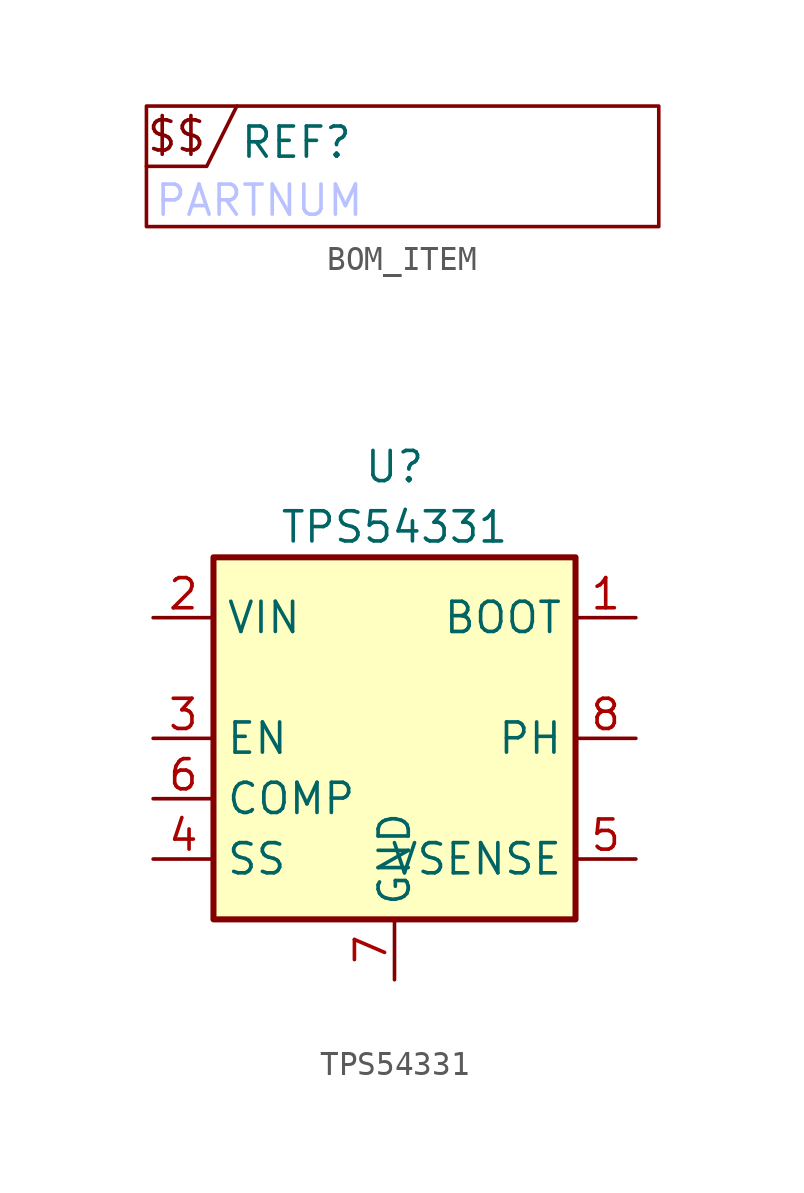
<source format=kicad_sym>
(kicad_symbol_lib
  (version 20220914)
  (generator kicad_symbol_editor)
  (symbol "BOM_ITEM"
    (pin_numbers hide)
    (pin_names
      (offset 0) hide)
    (property "Reference" "REF"
      (at 3.919 3.55 0)
      (do_not_autoplace)
      (effects (font (size 1.27 1.27)) (justify left)))
    (property "Value" "PARTNUM"
      (at 0.302 1.103 0)
      (do_not_autoplace)
      (effects (font (size 1.27 1.27) (color 185 193 255 1)) (justify left)))
    (symbol "BOM_ITEM_0_1"
      (polyline (pts (xy 0 2.54) (xy 2.54 2.54) (xy 3.81 5.08)) (stroke (width 0) (type default)) (fill (type none)))
      (rectangle (start 0 5.08) (end 21.59 0) (stroke (width 0) (type default)) (fill (type none)))
      (text "$$" (at 1.27 3.81 0) (effects (font (size 1.27 1.27))))))
  (symbol "TPS54331"
    (property "Reference" "U"
      (at 0 11.43 0)
      (effects (font (size 1.27 1.27))))
    (property "Value" "TPS54331"
      (at 0 8.89 0)
      (effects (font (size 1.27 1.27))))
    (symbol "TPS54331_1_1"
      (rectangle (start -7.62 7.62) (end 7.62 -7.62) (stroke (width 0.254) (type default)) (fill (type background)))
      (pin input line (at 10.16 5.08 180) (length 2.54) (name "BOOT" (effects (font (size 1.27 1.27)))) (number "1" (effects (font (size 1.27 1.27)))))
      (pin power_in line (at -10.16 5.08 0) (length 2.54) (name "VIN" (effects (font (size 1.27 1.27)))) (number "2" (effects (font (size 1.27 1.27)))))
      (pin input line (at -10.16 0 0) (length 2.54) (name "EN" (effects (font (size 1.27 1.27)))) (number "3" (effects (font (size 1.27 1.27)))))
      (pin input line (at -10.16 -5.08 0) (length 2.54) (name "SS" (effects (font (size 1.27 1.27)))) (number "4" (effects (font (size 1.27 1.27)))))
      (pin input line (at 10.16 -5.08 180) (length 2.54) (name "VSENSE" (effects (font (size 1.27 1.27)))) (number "5" (effects (font (size 1.27 1.27)))))
      (pin passive line (at -10.16 -2.54 0) (length 2.54) (name "COMP" (effects (font (size 1.27 1.27)))) (number "6" (effects (font (size 1.27 1.27)))))
      (pin power_in line (at 0 -10.16 90) (length 2.54) (name "GND" (effects (font (size 1.27 1.27)))) (number "7" (effects (font (size 1.27 1.27)))))
      (pin output line (at 10.16 0 180) (length 2.54) (name "PH" (effects (font (size 1.27 1.27)))) (number "8" (effects (font (size 1.27 1.27))))))))
</source>
